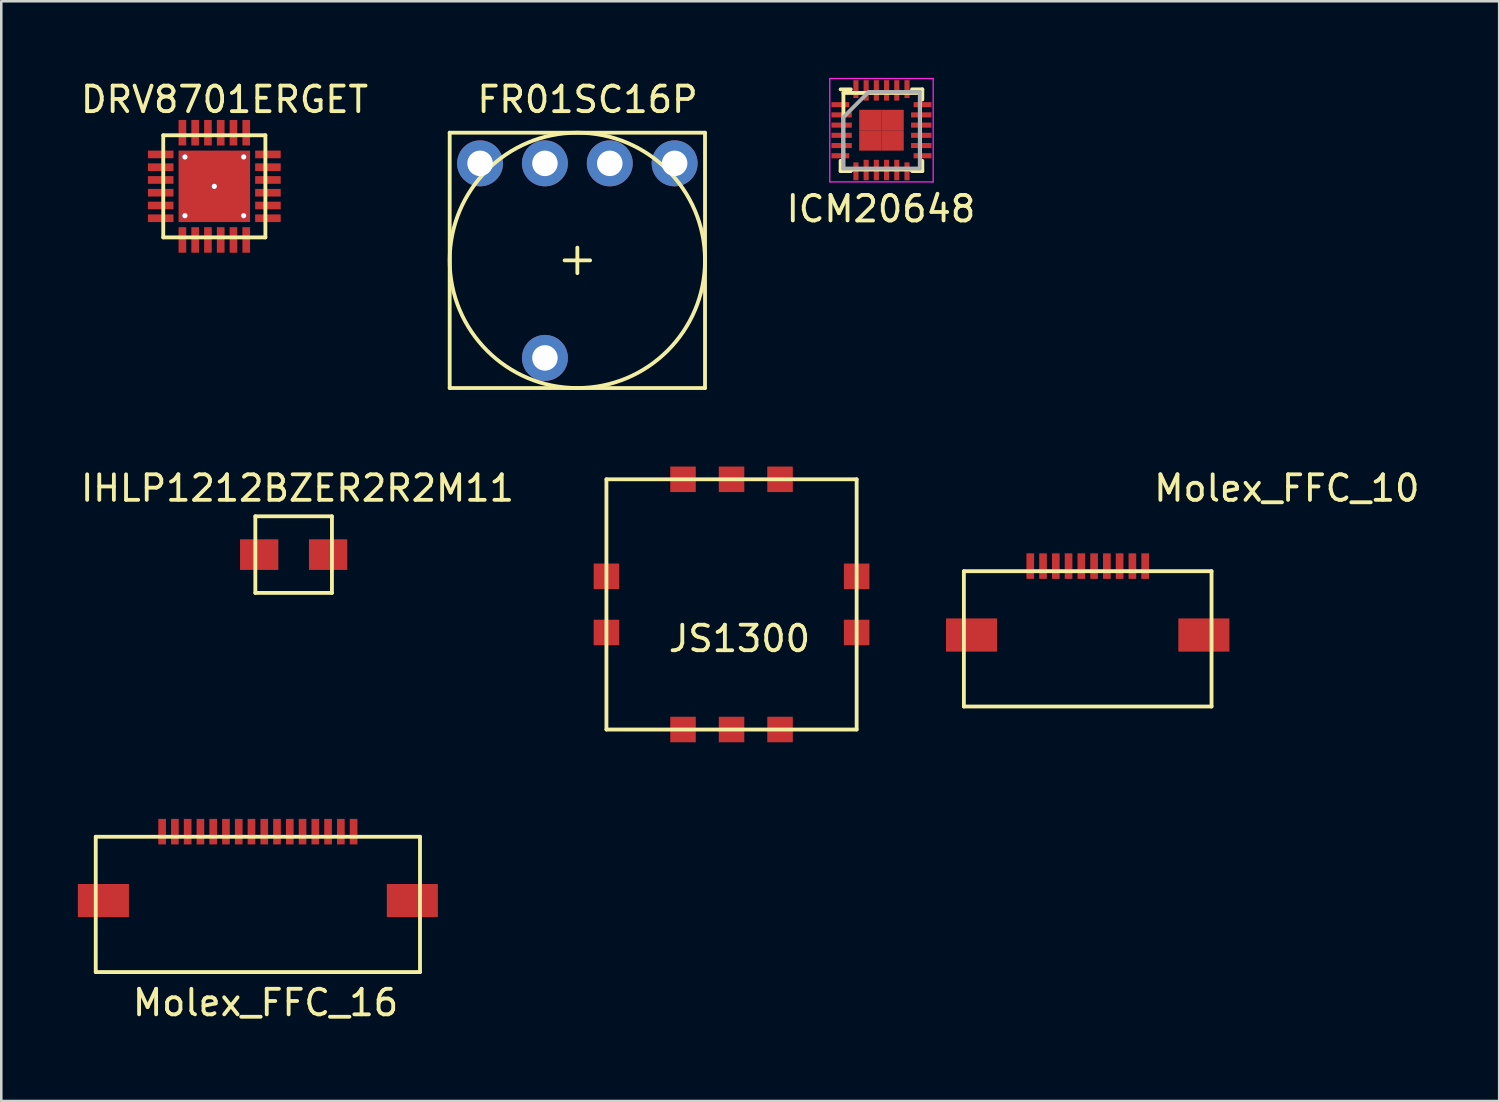
<source format=kicad_pcb>
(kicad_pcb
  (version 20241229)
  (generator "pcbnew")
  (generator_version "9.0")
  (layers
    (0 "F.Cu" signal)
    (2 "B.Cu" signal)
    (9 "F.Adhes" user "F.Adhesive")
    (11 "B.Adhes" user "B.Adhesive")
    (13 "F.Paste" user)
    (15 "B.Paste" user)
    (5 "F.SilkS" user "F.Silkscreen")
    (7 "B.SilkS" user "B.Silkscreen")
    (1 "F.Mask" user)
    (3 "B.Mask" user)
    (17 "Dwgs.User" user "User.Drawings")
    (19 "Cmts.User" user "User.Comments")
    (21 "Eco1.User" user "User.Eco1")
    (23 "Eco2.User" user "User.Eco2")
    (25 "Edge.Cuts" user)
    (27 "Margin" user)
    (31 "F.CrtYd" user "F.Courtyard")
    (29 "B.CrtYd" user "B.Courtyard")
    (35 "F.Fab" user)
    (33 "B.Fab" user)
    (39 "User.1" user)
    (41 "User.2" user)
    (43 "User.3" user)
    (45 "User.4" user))
  (footprint "ICM20648"
    (layer "F.Cu")
    (at 31.484 2.09)
    (property "Reference" "ICM20648" (at -0.03 3.04 0) (layer "F.SilkS") (effects (font (size 1 1) (thickness 0.15))))
    (attr through_hole)
    (fp_line (start -1.61 -1.64) (end -1.21 -1.64) (stroke (width 0.15) (type solid)) (layer "F.SilkS"))
    (fp_line (start -1.61 1.56) (end -1.61 1.16) (stroke (width 0.15) (type solid)) (layer "F.SilkS"))
    (fp_line (start -1.61 1.56) (end -1.21 1.56) (stroke (width 0.15) (type solid)) (layer "F.SilkS"))
    (fp_line (start -1.5 -1.5) (end 1.5 -1.5) (stroke (width 0.15) (type solid)) (layer "F.SilkS"))
    (fp_line (start -1.5 1.5) (end -1.5 -1.5) (stroke (width 0.15) (type solid)) (layer "F.SilkS"))
    (fp_line (start 1.5 -1.5) (end 1.5 1.5) (stroke (width 0.15) (type solid)) (layer "F.SilkS"))
    (fp_line (start 1.5 1.5) (end -1.5 1.5) (stroke (width 0.15) (type solid)) (layer "F.SilkS"))
    (fp_line (start 1.59 -1.64) (end 1.19 -1.64) (stroke (width 0.15) (type solid)) (layer "F.SilkS"))
    (fp_line (start 1.59 -1.64) (end 1.59 -1.24) (stroke (width 0.15) (type solid)) (layer "F.SilkS"))
    (fp_line (start 1.59 1.56) (end 1.19 1.56) (stroke (width 0.15) (type solid)) (layer "F.SilkS"))
    (fp_line (start 1.59 1.56) (end 1.59 1.16) (stroke (width 0.15) (type solid)) (layer "F.SilkS"))
    (fp_line (start -2.035 -2.065) (end 2.015 -2.065) (stroke (width 0.05) (type solid)) (layer "F.CrtYd"))
    (fp_line (start -2.035 1.985) (end -2.035 -2.065) (stroke (width 0.05) (type solid)) (layer "F.CrtYd"))
    (fp_line (start 2.015 -2.065) (end 2.015 1.985) (stroke (width 0.05) (type solid)) (layer "F.CrtYd"))
    (fp_line (start 2.015 1.985) (end -2.035 1.985) (stroke (width 0.05) (type solid)) (layer "F.CrtYd"))
    (fp_line (start -1.51 -0.54) (end -0.51 -1.54) (stroke (width 0.15) (type solid)) (layer "F.Fab"))
    (fp_line (start -1.51 1.46) (end -1.51 -0.54) (stroke (width 0.15) (type solid)) (layer "F.Fab"))
    (fp_line (start -0.51 -1.54) (end 1.49 -1.54) (stroke (width 0.15) (type solid)) (layer "F.Fab"))
    (fp_line (start 1.49 -1.54) (end 1.49 1.46) (stroke (width 0.15) (type solid)) (layer "F.Fab"))
    (fp_line (start 1.49 1.46) (end -1.51 1.46) (stroke (width 0.15) (type solid)) (layer "F.Fab"))
    (pad "" smd rect (at -0.445 -0.44) (size 0.875 0.8) (layers "F.Cu" "F.Mask" "F.Paste"))
    (pad "" smd rect (at -0.445 0.36) (size 0.875 0.8) (layers "F.Cu" "F.Mask" "F.Paste"))
    (pad "" smd rect (at 0.425 -0.44) (size 0.875 0.8) (layers "F.Cu" "F.Mask" "F.Paste"))
    (pad "" smd rect (at 0.425 0.36) (size 0.875 0.8) (layers "F.Cu" "F.Mask" "F.Paste"))
    (pad "1" smd rect (at -1.62 -1.04) (size 0.7 0.2) (layers "F.Cu" "F.Mask" "F.Paste"))
    (pad "2" smd rect (at -1.57 -0.64) (size 0.8 0.2) (layers "F.Cu" "F.Mask" "F.Paste"))
    (pad "3" smd rect (at -1.57 -0.24) (size 0.8 0.2) (layers "F.Cu" "F.Mask" "F.Paste"))
    (pad "4" smd rect (at -1.57 0.16) (size 0.8 0.2) (layers "F.Cu" "F.Mask" "F.Paste"))
    (pad "5" smd rect (at -1.57 0.56) (size 0.8 0.2) (layers "F.Cu" "F.Mask" "F.Paste"))
    (pad "6" smd rect (at -1.62 0.96) (size 0.7 0.2) (layers "F.Cu" "F.Mask" "F.Paste"))
    (pad "7" smd rect (at -1.01 1.57 90) (size 0.7 0.2) (layers "F.Cu" "F.Mask" "F.Paste"))
    (pad "8" smd rect (at -0.61 1.52 90) (size 0.8 0.2) (layers "F.Cu" "F.Mask" "F.Paste"))
    (pad "9" smd rect (at -0.21 1.52 90) (size 0.8 0.2) (layers "F.Cu" "F.Mask" "F.Paste"))
    (pad "10" smd rect (at 0.19 1.52 90) (size 0.8 0.2) (layers "F.Cu" "F.Mask" "F.Paste"))
    (pad "11" smd rect (at 0.59 1.52 90) (size 0.8 0.2) (layers "F.Cu" "F.Mask" "F.Paste"))
    (pad "12" smd rect (at 0.99 1.57 90) (size 0.7 0.2) (layers "F.Cu" "F.Mask" "F.Paste"))
    (pad "13" smd rect (at 1.6 0.96) (size 0.7 0.2) (layers "F.Cu" "F.Mask" "F.Paste"))
    (pad "14" smd rect (at 1.55 0.56) (size 0.8 0.2) (layers "F.Cu" "F.Mask" "F.Paste"))
    (pad "15" smd rect (at 1.55 0.16) (size 0.8 0.2) (layers "F.Cu" "F.Mask" "F.Paste"))
    (pad "16" smd rect (at 1.55 -0.24) (size 0.8 0.2) (layers "F.Cu" "F.Mask" "F.Paste"))
    (pad "17" smd rect (at 1.55 -0.64) (size 0.8 0.2) (layers "F.Cu" "F.Mask" "F.Paste"))
    (pad "18" smd rect (at 1.6 -1.04) (size 0.7 0.2) (layers "F.Cu" "F.Mask" "F.Paste"))
    (pad "19" smd rect (at 0.99 -1.65 90) (size 0.7 0.2) (layers "F.Cu" "F.Mask" "F.Paste"))
    (pad "20" smd rect (at 0.59 -1.6 90) (size 0.8 0.2) (layers "F.Cu" "F.Mask" "F.Paste"))
    (pad "21" smd rect (at 0.19 -1.6 90) (size 0.8 0.2) (layers "F.Cu" "F.Mask" "F.Paste"))
    (pad "22" smd rect (at -0.21 -1.6 90) (size 0.8 0.2) (layers "F.Cu" "F.Mask" "F.Paste"))
    (pad "23" smd rect (at -0.61 -1.6 90) (size 0.8 0.2) (layers "F.Cu" "F.Mask" "F.Paste"))
    (pad "24" smd rect (at -1.01 -1.65 90) (size 0.7 0.2) (layers "F.Cu" "F.Mask" "F.Paste")))
  (footprint "JS1300"
    (layer "F.Cu")
    (at 25.602 20.623)
    (property "Reference" "JS1300" (at 0.31 1.34 0) (layer "F.SilkS") (effects (font (size 1 1) (thickness 0.15))))
    (attr through_hole)
    (fp_line (start -4.9 -4.9) (end -4.9 4.9) (stroke (width 0.15) (type solid)) (layer "F.SilkS"))
    (fp_line (start -4.9 4.9) (end 4.9 4.9) (stroke (width 0.15) (type solid)) (layer "F.SilkS"))
    (fp_line (start 4.9 -4.9) (end -4.9 -4.9) (stroke (width 0.15) (type solid)) (layer "F.SilkS"))
    (fp_line (start 4.9 4.9) (end 4.9 -4.9) (stroke (width 0.15) (type solid)) (layer "F.SilkS"))
    (pad "1" smd rect (at -4.9 -1.1) (size 1 1) (layers "F.Cu" "F.Mask" "F.Paste"))
    (pad "2" smd rect (at -4.9 1.1) (size 1 1) (layers "F.Cu" "F.Mask" "F.Paste"))
    (pad "3" smd rect (at -1.9 4.9) (size 1 1) (layers "F.Cu" "F.Mask" "F.Paste"))
    (pad "4" smd rect (at 0 4.9) (size 1 1) (layers "F.Cu" "F.Mask" "F.Paste"))
    (pad "5" smd rect (at 1.9 4.9) (size 1 1) (layers "F.Cu" "F.Mask" "F.Paste"))
    (pad "6" smd rect (at 4.9 1.1) (size 1 1) (layers "F.Cu" "F.Mask" "F.Paste"))
    (pad "7" smd rect (at 4.9 -1.1) (size 1 1) (layers "F.Cu" "F.Mask" "F.Paste"))
    (pad "8" smd rect (at 1.9 -4.9) (size 1 1) (layers "F.Cu" "F.Mask" "F.Paste"))
    (pad "9" smd rect (at 0 -4.9) (size 1 1) (layers "F.Cu" "F.Mask" "F.Paste"))
    (pad "10" smd rect (at -1.9 -4.9) (size 1 1) (layers "F.Cu" "F.Mask" "F.Paste")))
  (footprint "DRV8701ERGET"
    (layer "F.Cu")
    (at 5.344 4.248)
    (property "Reference" "DRV8701ERGET" (at 0.4 -3.4 0) (layer "F.SilkS") (effects (font (size 1 1) (thickness 0.15))))
    (attr through_hole)
    (fp_line (start -2 -2) (end 2 -2) (stroke (width 0.15) (type solid)) (layer "F.SilkS"))
    (fp_line (start -2 2) (end -2 -2) (stroke (width 0.15) (type solid)) (layer "F.SilkS"))
    (fp_line (start 2 -2) (end 2 2) (stroke (width 0.15) (type solid)) (layer "F.SilkS"))
    (fp_line (start 2 2) (end -2 2) (stroke (width 0.15) (type solid)) (layer "F.SilkS"))
    (pad "1" smd rect (at -2.1 -1.25) (size 1 0.3) (layers "F.Cu" "F.Mask" "F.Paste"))
    (pad "2" smd rect (at -2.1 -0.75) (size 1 0.3) (layers "F.Cu" "F.Mask" "F.Paste"))
    (pad "3" smd rect (at -2.1 -0.25) (size 1 0.3) (layers "F.Cu" "F.Mask" "F.Paste"))
    (pad "4" smd rect (at -2.1 0.25) (size 1 0.3) (layers "F.Cu" "F.Mask" "F.Paste"))
    (pad "5" smd rect (at -2.1 0.75) (size 1 0.3) (layers "F.Cu" "F.Mask" "F.Paste"))
    (pad "5" thru_hole circle (at -1.15 -1.15 90) (size 0.21 0.21) (drill 0.2) (layers "*.Cu" "*.Mask"))
    (pad "5" thru_hole circle (at -1.15 1.15 90) (size 0.21 0.21) (drill 0.2) (layers "*.Cu" "*.Mask"))
    (pad "5" thru_hole circle (at 0 0 90) (size 0.21 0.21) (drill 0.2) (layers "*.Cu" "*.Mask"))
    (pad "5" smd rect (at 0 0 90) (size 2.8 2.8) (layers "F.Cu" "F.Mask" "F.Paste"))
    (pad "5" thru_hole circle (at 1.15 -1.15 90) (size 0.21 0.21) (drill 0.2) (layers "*.Cu" "*.Mask"))
    (pad "5" thru_hole circle (at 1.15 1.15 90) (size 0.21 0.21) (drill 0.2) (layers "*.Cu" "*.Mask"))
    (pad "6" smd rect (at -2.1 1.25) (size 1 0.3) (layers "F.Cu" "F.Mask" "F.Paste"))
    (pad "7" smd rect (at -1.25 2.1 90) (size 1 0.3) (layers "F.Cu" "F.Mask" "F.Paste"))
    (pad "8" smd rect (at -0.75 2.1 90) (size 1 0.3) (layers "F.Cu" "F.Mask" "F.Paste"))
    (pad "9" smd rect (at -0.25 2.1 90) (size 1 0.3) (layers "F.Cu" "F.Mask" "F.Paste"))
    (pad "10" smd rect (at 0.25 2.1 90) (size 1 0.3) (layers "F.Cu" "F.Mask" "F.Paste"))
    (pad "11" smd rect (at 0.75 2.1 90) (size 1 0.3) (layers "F.Cu" "F.Mask" "F.Paste"))
    (pad "12" smd rect (at 1.25 2.1 90) (size 1 0.3) (layers "F.Cu" "F.Mask" "F.Paste"))
    (pad "13" smd rect (at 2.1 1.25) (size 1 0.3) (layers "F.Cu" "F.Mask" "F.Paste"))
    (pad "14" smd rect (at 2.1 0.75) (size 1 0.3) (layers "F.Cu" "F.Mask" "F.Paste"))
    (pad "15" smd rect (at 2.1 0.25) (size 1 0.3) (layers "F.Cu" "F.Mask" "F.Paste"))
    (pad "16" smd rect (at 2.1 -0.25) (size 1 0.3) (layers "F.Cu" "F.Mask" "F.Paste"))
    (pad "17" smd rect (at 2.1 -0.75) (size 1 0.3) (layers "F.Cu" "F.Mask" "F.Paste"))
    (pad "18" smd rect (at 2.1 -1.25) (size 1 0.3) (layers "F.Cu" "F.Mask" "F.Paste"))
    (pad "19" smd rect (at 1.25 -2.1 90) (size 1 0.3) (layers "F.Cu" "F.Mask" "F.Paste"))
    (pad "20" smd rect (at 0.75 -2.1 90) (size 1 0.3) (layers "F.Cu" "F.Mask" "F.Paste"))
    (pad "21" smd rect (at 0.25 -2.1 90) (size 1 0.3) (layers "F.Cu" "F.Mask" "F.Paste"))
    (pad "22" smd rect (at -0.25 -2.1 90) (size 1 0.3) (layers "F.Cu" "F.Mask" "F.Paste"))
    (pad "23" smd rect (at -0.75 -2.1 90) (size 1 0.3) (layers "F.Cu" "F.Mask" "F.Paste"))
    (pad "24" smd rect (at -1.25 -2.1 90) (size 1 0.3) (layers "F.Cu" "F.Mask" "F.Paste")))
  (footprint "Molex_FFC_10"
    (layer "F.Cu")
    (at 39.552 19.672)
    (property "Reference" "Molex_FFC_10" (at 7.8 -3.6 0) (layer "F.SilkS") (effects (font (size 1 1) (thickness 0.15))))
    (attr through_hole)
    (fp_line (start -4.85 -0.35) (end 4.85 -0.35) (stroke (width 0.15) (type solid)) (layer "F.SilkS"))
    (fp_line (start -4.85 4.95) (end -4.85 -0.35) (stroke (width 0.15) (type solid)) (layer "F.SilkS"))
    (fp_line (start 4.85 -0.35) (end 4.85 4.95) (stroke (width 0.15) (type solid)) (layer "F.SilkS"))
    (fp_line (start 4.85 4.95) (end -4.85 4.95) (stroke (width 0.15) (type solid)) (layer "F.SilkS"))
    (pad "" smd rect (at -4.55 2.15) (size 2 1.3) (layers "F.Cu" "F.Mask" "F.Paste"))
    (pad "" smd rect (at 4.55 2.15) (size 2 1.3) (layers "F.Cu" "F.Mask" "F.Paste"))
    (pad "1" smd rect (at 2.25 -0.55) (size 0.3 1) (layers "F.Cu" "F.Mask" "F.Paste"))
    (pad "2" smd rect (at 1.75 -0.55) (size 0.3 1) (layers "F.Cu" "F.Mask" "F.Paste"))
    (pad "3" smd rect (at 1.25 -0.55) (size 0.3 1) (layers "F.Cu" "F.Mask" "F.Paste"))
    (pad "4" smd rect (at 0.75 -0.55) (size 0.3 1) (layers "F.Cu" "F.Mask" "F.Paste"))
    (pad "5" smd rect (at 0.25 -0.55) (size 0.3 1) (layers "F.Cu" "F.Mask" "F.Paste"))
    (pad "6" smd rect (at -0.25 -0.55) (size 0.3 1) (layers "F.Cu" "F.Mask" "F.Paste"))
    (pad "7" smd rect (at -0.75 -0.55) (size 0.3 1) (layers "F.Cu" "F.Mask" "F.Paste"))
    (pad "8" smd rect (at -1.25 -0.55) (size 0.3 1) (layers "F.Cu" "F.Mask" "F.Paste"))
    (pad "9" smd rect (at -1.75 -0.55) (size 0.3 1) (layers "F.Cu" "F.Mask" "F.Paste"))
    (pad "10" smd rect (at -2.25 -0.55) (size 0.3 1) (layers "F.Cu" "F.Mask" "F.Paste")))
  (footprint "FR01SC16P"
    (layer "F.Cu")
    (at 19.563 3.348)
    (property "Reference" "FR01SC16P" (at 0.4 -2.5 0) (layer "F.SilkS") (effects (font (size 1 1) (thickness 0.15))))
    (attr through_hole)
    (fp_line (start -5 -1.2) (end 5 -1.2) (stroke (width 0.15) (type solid)) (layer "F.SilkS"))
    (fp_line (start -5 8.8) (end -5 -1.2) (stroke (width 0.15) (type solid)) (layer "F.SilkS"))
    (fp_line (start 0 3.3) (end 0 4.3) (stroke (width 0.15) (type solid)) (layer "F.SilkS"))
    (fp_line (start 0.5 3.8) (end -0.5 3.8) (stroke (width 0.15) (type solid)) (layer "F.SilkS"))
    (fp_line (start 5 -1.2) (end 5 8.8) (stroke (width 0.15) (type solid)) (layer "F.SilkS"))
    (fp_line (start 5 8.8) (end -5 8.8) (stroke (width 0.15) (type solid)) (layer "F.SilkS"))
    (fp_circle (center 0 3.8) (end 4 6.8) (stroke (width 0.15) (type solid)) (fill no) (layer "F.SilkS"))
    (pad "1" thru_hole circle (at -3.81 0) (size 1.8 1.8) (drill 1) (layers "*.Cu" "*.Mask"))
    (pad "2" thru_hole circle (at -1.27 0) (size 1.8 1.8) (drill 1) (layers "*.Cu" "*.Mask"))
    (pad "4" thru_hole circle (at 1.27 0) (size 1.8 1.8) (drill 1) (layers "*.Cu" "*.Mask"))
    (pad "8" thru_hole circle (at 3.81 0) (size 1.8 1.8) (drill 1) (layers "*.Cu" "*.Mask"))
    (pad "C" thru_hole circle (at -1.27 7.62) (size 1.8 1.8) (drill 1) (layers "*.Cu" "*.Mask")))
  (footprint "Molex_FFC_16"
    (layer "F.Cu")
    (at 7.05 30.123)
    (property "Reference" "Molex_FFC_16" (at 0.3 6.1 0) (layer "F.SilkS") (effects (font (size 1 1) (thickness 0.15))))
    (attr through_hole)
    (fp_line (start -6.35 -0.4) (end -6.35 4.9) (stroke (width 0.15) (type solid)) (layer "F.SilkS"))
    (fp_line (start -6.35 4.9) (end 6.35 4.9) (stroke (width 0.15) (type solid)) (layer "F.SilkS"))
    (fp_line (start 6.35 -0.4) (end -6.35 -0.4) (stroke (width 0.15) (type solid)) (layer "F.SilkS"))
    (fp_line (start 6.35 -0.4) (end 6.35 4.9) (stroke (width 0.15) (type solid)) (layer "F.SilkS"))
    (pad "" smd rect (at -6.05 2.1) (size 2 1.3) (layers "F.Cu" "F.Mask" "F.Paste"))
    (pad "" smd rect (at 6.05 2.1) (size 2 1.3) (layers "F.Cu" "F.Mask" "F.Paste"))
    (pad "1" smd rect (at 3.75 -0.6) (size 0.3 1) (layers "F.Cu" "F.Mask" "F.Paste"))
    (pad "2" smd rect (at 3.25 -0.6) (size 0.3 1) (layers "F.Cu" "F.Mask" "F.Paste"))
    (pad "3" smd rect (at 2.75 -0.6) (size 0.3 1) (layers "F.Cu" "F.Mask" "F.Paste"))
    (pad "4" smd rect (at 2.25 -0.6) (size 0.3 1) (layers "F.Cu" "F.Mask" "F.Paste"))
    (pad "5" smd rect (at 1.75 -0.6) (size 0.3 1) (layers "F.Cu" "F.Mask" "F.Paste"))
    (pad "6" smd rect (at 1.25 -0.6) (size 0.3 1) (layers "F.Cu" "F.Mask" "F.Paste"))
    (pad "7" smd rect (at 0.75 -0.6) (size 0.3 1) (layers "F.Cu" "F.Mask" "F.Paste"))
    (pad "8" smd rect (at 0.25 -0.6) (size 0.3 1) (layers "F.Cu" "F.Mask" "F.Paste"))
    (pad "9" smd rect (at -0.25 -0.6) (size 0.3 1) (layers "F.Cu" "F.Mask" "F.Paste"))
    (pad "10" smd rect (at -0.75 -0.6) (size 0.3 1) (layers "F.Cu" "F.Mask" "F.Paste"))
    (pad "11" smd rect (at -1.25 -0.6) (size 0.3 1) (layers "F.Cu" "F.Mask" "F.Paste"))
    (pad "12" smd rect (at -1.75 -0.6) (size 0.3 1) (layers "F.Cu" "F.Mask" "F.Paste"))
    (pad "13" smd rect (at -2.25 -0.6) (size 0.3 1) (layers "F.Cu" "F.Mask" "F.Paste"))
    (pad "14" smd rect (at -2.75 -0.6) (size 0.3 1) (layers "F.Cu" "F.Mask" "F.Paste"))
    (pad "15" smd rect (at -3.25 -0.6) (size 0.3 1) (layers "F.Cu" "F.Mask" "F.Paste"))
    (pad "16" smd rect (at -3.75 -0.6) (size 0.3 1) (layers "F.Cu" "F.Mask" "F.Paste")))
  (footprint "IHLP1212BZER2R2M11"
    (layer "F.Cu")
    (at 8.601 18.672)
    (property "Reference" "IHLP1212BZER2R2M11" (at 0 -2.6 0) (layer "F.SilkS") (effects (font (size 1 1) (thickness 0.15))))
    (attr through_hole)
    (fp_line (start -1.65 -1.5) (end 1.35 -1.5) (stroke (width 0.15) (type solid)) (layer "F.SilkS"))
    (fp_line (start -1.65 1.5) (end -1.65 -1.5) (stroke (width 0.15) (type solid)) (layer "F.SilkS"))
    (fp_line (start 1.35 -1.5) (end 1.35 1.5) (stroke (width 0.15) (type solid)) (layer "F.SilkS"))
    (fp_line (start 1.35 1.5) (end -1.65 1.5) (stroke (width 0.15) (type solid)) (layer "F.SilkS"))
    (pad "1" smd rect (at 1.2 0) (size 1.5 1.2) (layers "F.Cu" "F.Mask" "F.Paste"))
    (pad "2" smd rect (at -1.5 0) (size 1.5 1.2) (layers "F.Cu" "F.Mask" "F.Paste")))
  (gr_rect
    (start -3 -3)
    (end 55.668 40.072)
    (stroke (width 0.1) (type default))
    (fill no)
    (layer "Edge.Cuts")))
</source>
